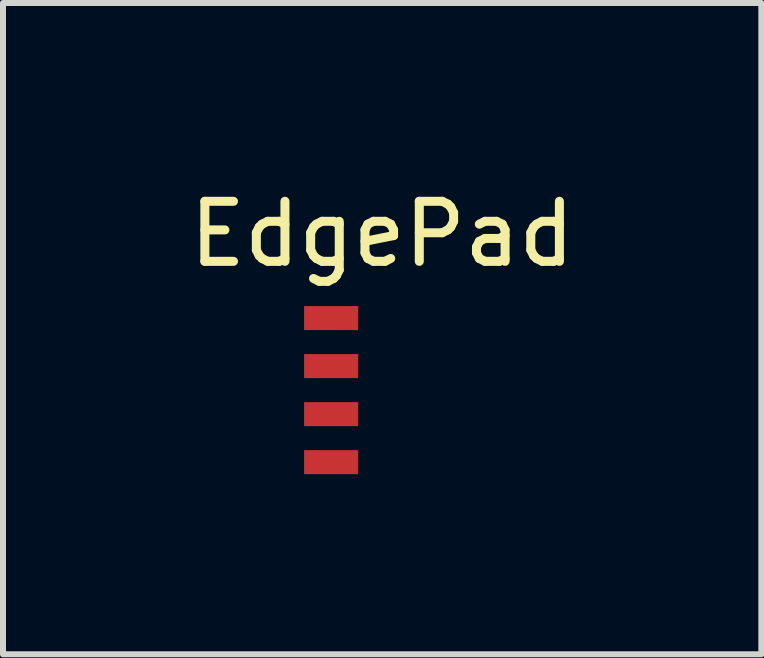
<source format=kicad_pcb>
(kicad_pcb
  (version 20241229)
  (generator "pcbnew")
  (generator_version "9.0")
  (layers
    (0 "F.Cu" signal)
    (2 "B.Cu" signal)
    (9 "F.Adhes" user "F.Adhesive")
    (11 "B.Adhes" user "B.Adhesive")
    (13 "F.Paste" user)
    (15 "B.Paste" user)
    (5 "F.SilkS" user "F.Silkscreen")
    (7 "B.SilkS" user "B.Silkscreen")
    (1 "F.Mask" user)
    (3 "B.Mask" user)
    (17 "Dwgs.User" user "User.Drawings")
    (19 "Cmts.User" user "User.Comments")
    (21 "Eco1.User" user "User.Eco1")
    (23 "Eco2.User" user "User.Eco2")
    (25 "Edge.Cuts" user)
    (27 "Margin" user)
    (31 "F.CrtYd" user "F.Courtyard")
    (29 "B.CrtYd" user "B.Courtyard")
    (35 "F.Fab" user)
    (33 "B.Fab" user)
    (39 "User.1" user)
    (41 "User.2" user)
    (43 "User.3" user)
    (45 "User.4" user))
  (footprint "EdgePad"
    (layer "F.Cu")
    (at 3.315 3.448)
    (property "Reference" "EdgePad" (at 0 -2.6 0) (layer "F.SilkS") (effects (font (size 1 1) (thickness 0.15))))
    (attr smd)
    (pad "1" smd rect (at -0.85 -1.2) (size 0.9 0.4) (layers "F.Cu" "F.Mask" "F.Paste"))
    (pad "2" smd rect (at -0.85 -0.4) (size 0.9 0.4) (layers "F.Cu" "F.Mask" "F.Paste"))
    (pad "3" smd rect (at -0.85 0.4) (size 0.9 0.4) (layers "F.Cu" "F.Mask" "F.Paste"))
    (pad "4" smd rect (at -0.85 1.2) (size 0.9 0.4) (layers "F.Cu" "F.Mask" "F.Paste")))
  (gr_rect
    (start -3 -3)
    (end 9.631 7.848)
    (stroke (width 0.1) (type default))
    (fill no)
    (layer "Edge.Cuts")))
</source>
